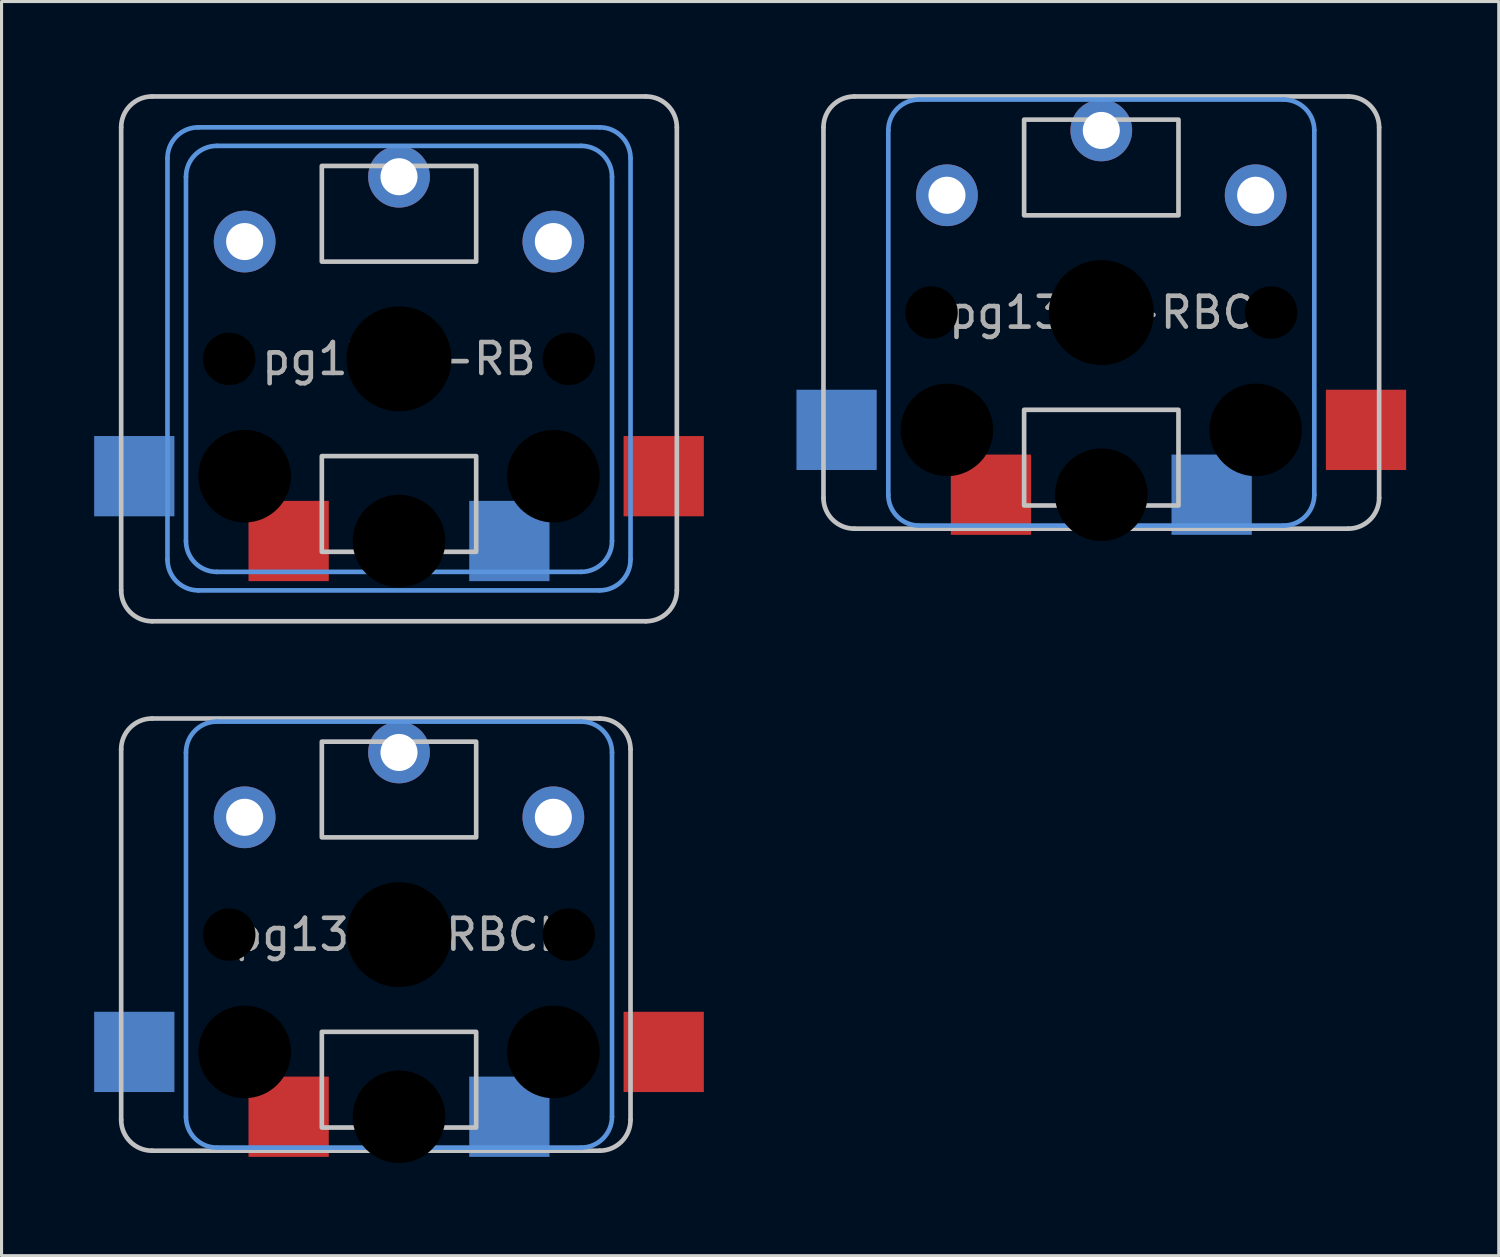
<source format=kicad_pcb>
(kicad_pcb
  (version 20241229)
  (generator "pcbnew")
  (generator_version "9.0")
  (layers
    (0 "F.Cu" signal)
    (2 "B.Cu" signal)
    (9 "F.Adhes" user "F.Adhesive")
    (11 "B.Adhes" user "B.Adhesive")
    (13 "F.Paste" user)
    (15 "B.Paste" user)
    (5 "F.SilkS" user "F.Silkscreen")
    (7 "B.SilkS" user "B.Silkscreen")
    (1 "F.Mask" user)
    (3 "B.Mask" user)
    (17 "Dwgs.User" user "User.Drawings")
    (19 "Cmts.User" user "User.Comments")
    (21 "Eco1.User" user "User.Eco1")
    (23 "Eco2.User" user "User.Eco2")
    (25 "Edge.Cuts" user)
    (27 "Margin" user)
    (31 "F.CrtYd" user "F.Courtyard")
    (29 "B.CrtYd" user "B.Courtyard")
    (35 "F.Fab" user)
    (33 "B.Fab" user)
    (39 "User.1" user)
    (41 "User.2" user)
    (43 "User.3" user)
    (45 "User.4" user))
  (footprint "pg1350-RBCL"
    (layer "F.Cu")
    (at 9.875 27.225)
    (property "Reference" "pg1350-RBCL" (at 0 0 0) (layer "F.Fab") (effects (font (size 1 1) (thickness 0.15))))
    (attr through_hole)
    (fp_line (start -9 6) (end -9 -6) (stroke (width 0.15) (type solid)) (layer "Dwgs.User"))
    (fp_line (start -8 -7) (end 6.5 -7) (stroke (width 0.15) (type solid)) (layer "Dwgs.User"))
    (fp_line (start 6.5 7) (end -8 7) (stroke (width 0.15) (type solid)) (layer "Dwgs.User"))
    (fp_line (start 7.5 -6) (end 7.5 6) (stroke (width 0.15) (type solid)) (layer "Dwgs.User"))
    (fp_rect (start 2.5 -6.25) (end -2.5 -3.15) (stroke (width 0.15) (type solid)) (fill no) (layer "Dwgs.User"))
    (fp_rect (start 2.5 6.25) (end -2.5 3.15) (stroke (width 0.15) (type solid)) (fill no) (layer "Dwgs.User"))
    (fp_arc (start -9 -6) (mid -8.707107 -6.707107) (end -8 -7) (stroke (width 0.15) (type solid)) (layer "Dwgs.User"))
    (fp_arc (start -8 7) (mid -8.707107 6.707107) (end -9 6) (stroke (width 0.15) (type solid)) (layer "Dwgs.User"))
    (fp_arc (start 6.5 -7) (mid 7.207107 -6.707107) (end 7.5 -6) (stroke (width 0.15) (type solid)) (layer "Dwgs.User"))
    (fp_arc (start 7.5 6) (mid 7.207107 6.707107) (end 6.5 7) (stroke (width 0.15) (type solid)) (layer "Dwgs.User"))
    (fp_line (start -6.9 5.9) (end -6.9 -5.9) (stroke (width 0.15) (type solid)) (layer "Cmts.User"))
    (fp_line (start -5.9 -6.9) (end 5.9 -6.9) (stroke (width 0.15) (type solid)) (layer "Cmts.User"))
    (fp_line (start 5.9 6.9) (end -5.9 6.9) (stroke (width 0.15) (type solid)) (layer "Cmts.User"))
    (fp_line (start 6.9 -5.9) (end 6.9 5.9) (stroke (width 0.15) (type solid)) (layer "Cmts.User"))
    (fp_arc (start -6.9 -5.9) (mid -6.607107 -6.607107) (end -5.9 -6.9) (stroke (width 0.15) (type solid)) (layer "Cmts.User"))
    (fp_arc (start -5.9 6.9) (mid -6.607107 6.607107) (end -6.9 5.9) (stroke (width 0.15) (type solid)) (layer "Cmts.User"))
    (fp_arc (start 5.9 -6.9) (mid 6.607107 -6.607107) (end 6.9 -5.9) (stroke (width 0.15) (type solid)) (layer "Cmts.User"))
    (fp_arc (start 6.9 5.9) (mid 6.607107 6.607107) (end 5.9 6.9) (stroke (width 0.15) (type solid)) (layer "Cmts.User"))
    (pad "" np_thru_hole circle (at -5.5 0) (size 1.7 1.7) (drill 1.7) (layers "*.Mask"))
    (pad "" np_thru_hole circle (at -5 3.8 180) (size 3 3) (drill 3) (layers "*.Mask"))
    (pad "" np_thru_hole circle (at 0 0) (size 3.4 3.4) (drill 3.4) (layers "*.Mask"))
    (pad "" np_thru_hole circle (at 0 5.9 180) (size 3 3) (drill 3) (layers "*.Mask"))
    (pad "" np_thru_hole circle (at 5 3.8 180) (size 3 3) (drill 3) (layers "*.Mask"))
    (pad "" np_thru_hole circle (at 5.5 0) (size 1.7 1.7) (drill 1.7) (layers "*.Mask"))
    (pad "1" smd rect (at -3.575 5.9 180) (size 2.6 2.6) (layers "F.Cu" "F.Mask"))
    (pad "1" thru_hole circle (at 0 -5.9) (size 2 2) (drill 1.2) (layers "*.Cu" "*.Mask"))
    (pad "1" smd rect (at 3.575 5.9 180) (size 2.6 2.6) (layers "B.Cu" "B.Mask"))
    (pad "2" smd rect (at -8.575 3.8 180) (size 2.6 2.6) (layers "B.Cu" "B.Mask"))
    (pad "2" thru_hole circle (at -5 -3.8) (size 2 2) (drill 1.2) (layers "*.Cu" "F.Mask"))
    (pad "2" thru_hole circle (at 5 -3.8) (size 2 2) (drill 1.2) (layers "*.Cu" "B.Mask"))
    (pad "2" smd rect (at 8.575 3.8 180) (size 2.6 2.6) (layers "F.Cu" "F.Mask")))
  (footprint "pg1350-RBC"
    (layer "F.Cu")
    (at 32.625 7.075)
    (property "Reference" "pg1350-RBC" (at 0 0 0) (layer "F.Fab") (effects (font (size 1 1) (thickness 0.15))))
    (attr through_hole)
    (fp_line (start -9 6) (end -9 -6) (stroke (width 0.15) (type solid)) (layer "Dwgs.User"))
    (fp_line (start -8 -7) (end 8 -7) (stroke (width 0.15) (type solid)) (layer "Dwgs.User"))
    (fp_line (start 8 7) (end -8 7) (stroke (width 0.15) (type solid)) (layer "Dwgs.User"))
    (fp_line (start 9 -6) (end 9 6) (stroke (width 0.15) (type solid)) (layer "Dwgs.User"))
    (fp_rect (start 2.5 -6.25) (end -2.5 -3.15) (stroke (width 0.15) (type solid)) (fill no) (layer "Dwgs.User"))
    (fp_rect (start 2.5 6.25) (end -2.5 3.15) (stroke (width 0.15) (type solid)) (fill no) (layer "Dwgs.User"))
    (fp_arc (start -9 -6) (mid -8.707107 -6.707107) (end -8 -7) (stroke (width 0.15) (type solid)) (layer "Dwgs.User"))
    (fp_arc (start -8 7) (mid -8.707107 6.707107) (end -9 6) (stroke (width 0.15) (type solid)) (layer "Dwgs.User"))
    (fp_arc (start 8 -7) (mid 8.707107 -6.707107) (end 9 -6) (stroke (width 0.15) (type solid)) (layer "Dwgs.User"))
    (fp_arc (start 9 6) (mid 8.707107 6.707107) (end 8 7) (stroke (width 0.15) (type solid)) (layer "Dwgs.User"))
    (fp_line (start -6.9 5.9) (end -6.9 -5.9) (stroke (width 0.15) (type solid)) (layer "Cmts.User"))
    (fp_line (start -5.9 -6.9) (end 5.9 -6.9) (stroke (width 0.15) (type solid)) (layer "Cmts.User"))
    (fp_line (start 5.9 6.9) (end -5.9 6.9) (stroke (width 0.15) (type solid)) (layer "Cmts.User"))
    (fp_line (start 6.9 -5.9) (end 6.9 5.9) (stroke (width 0.15) (type solid)) (layer "Cmts.User"))
    (fp_arc (start -6.9 -5.9) (mid -6.607107 -6.607107) (end -5.9 -6.9) (stroke (width 0.15) (type solid)) (layer "Cmts.User"))
    (fp_arc (start -5.9 6.9) (mid -6.607107 6.607107) (end -6.9 5.9) (stroke (width 0.15) (type solid)) (layer "Cmts.User"))
    (fp_arc (start 5.9 -6.9) (mid 6.607107 -6.607107) (end 6.9 -5.9) (stroke (width 0.15) (type solid)) (layer "Cmts.User"))
    (fp_arc (start 6.9 5.9) (mid 6.607107 6.607107) (end 5.9 6.9) (stroke (width 0.15) (type solid)) (layer "Cmts.User"))
    (pad "" np_thru_hole circle (at -5.5 0) (size 1.7 1.7) (drill 1.7) (layers "*.Mask"))
    (pad "" np_thru_hole circle (at -5 3.8 180) (size 3 3) (drill 3) (layers "*.Mask"))
    (pad "" np_thru_hole circle (at 0 0) (size 3.4 3.4) (drill 3.4) (layers "*.Mask"))
    (pad "" np_thru_hole circle (at 0 5.9 180) (size 3 3) (drill 3) (layers "*.Mask"))
    (pad "" np_thru_hole circle (at 5 3.8 180) (size 3 3) (drill 3) (layers "*.Mask"))
    (pad "" np_thru_hole circle (at 5.5 0) (size 1.7 1.7) (drill 1.7) (layers "*.Mask"))
    (pad "1" smd rect (at -3.575 5.9 180) (size 2.6 2.6) (layers "F.Cu" "F.Mask"))
    (pad "1" thru_hole circle (at 0 -5.9) (size 2 2) (drill 1.2) (layers "*.Cu" "*.Mask"))
    (pad "1" smd rect (at 3.575 5.9 180) (size 2.6 2.6) (layers "B.Cu" "B.Mask"))
    (pad "2" smd rect (at -8.575 3.8 180) (size 2.6 2.6) (layers "B.Cu" "B.Mask"))
    (pad "2" thru_hole circle (at -5 -3.8) (size 2 2) (drill 1.2) (layers "*.Cu" "F.Mask"))
    (pad "2" thru_hole circle (at 5 -3.8) (size 2 2) (drill 1.2) (layers "*.Cu" "B.Mask"))
    (pad "2" smd rect (at 8.575 3.8 180) (size 2.6 2.6) (layers "F.Cu" "F.Mask")))
  (footprint "pg1350-RB"
    (layer "F.Cu")
    (at 9.875 8.575)
    (property "Reference" "pg1350-RB" (at 0 0 0) (layer "F.Fab") (effects (font (size 1 1) (thickness 0.15))))
    (attr through_hole)
    (fp_line (start -9 7.5) (end -9 -7.5) (stroke (width 0.15) (type solid)) (layer "Dwgs.User"))
    (fp_line (start -8 -8.5) (end 8 -8.5) (stroke (width 0.15) (type solid)) (layer "Dwgs.User"))
    (fp_line (start 8 8.5) (end -8 8.5) (stroke (width 0.15) (type solid)) (layer "Dwgs.User"))
    (fp_line (start 9 -7.5) (end 9 7.5) (stroke (width 0.15) (type solid)) (layer "Dwgs.User"))
    (fp_rect (start 2.5 -6.25) (end -2.5 -3.15) (stroke (width 0.15) (type solid)) (fill no) (layer "Dwgs.User"))
    (fp_rect (start 2.5 6.25) (end -2.5 3.15) (stroke (width 0.15) (type solid)) (fill no) (layer "Dwgs.User"))
    (fp_arc (start -9 -7.5) (mid -8.707107 -8.207107) (end -8 -8.5) (stroke (width 0.15) (type solid)) (layer "Dwgs.User"))
    (fp_arc (start -8 8.5) (mid -8.707107 8.207107) (end -9 7.5) (stroke (width 0.15) (type solid)) (layer "Dwgs.User"))
    (fp_arc (start 8 -8.5) (mid 8.707107 -8.207107) (end 9 -7.5) (stroke (width 0.15) (type solid)) (layer "Dwgs.User"))
    (fp_arc (start 9 7.5) (mid 8.707107 8.207107) (end 8 8.5) (stroke (width 0.15) (type solid)) (layer "Dwgs.User"))
    (fp_line (start -7.5 6.5) (end -7.5 -6.5) (stroke (width 0.15) (type solid)) (layer "Cmts.User"))
    (fp_line (start -6.9 5.9) (end -6.9 -5.9) (stroke (width 0.15) (type solid)) (layer "Cmts.User"))
    (fp_line (start -6.5 -7.5) (end 6.5 -7.5) (stroke (width 0.15) (type solid)) (layer "Cmts.User"))
    (fp_line (start -5.9 -6.9) (end 5.9 -6.9) (stroke (width 0.15) (type solid)) (layer "Cmts.User"))
    (fp_line (start 5.9 6.9) (end -5.9 6.9) (stroke (width 0.15) (type solid)) (layer "Cmts.User"))
    (fp_line (start 6.5 7.5) (end -6.5 7.5) (stroke (width 0.15) (type solid)) (layer "Cmts.User"))
    (fp_line (start 6.9 -5.9) (end 6.9 5.9) (stroke (width 0.15) (type solid)) (layer "Cmts.User"))
    (fp_line (start 7.5 -6.5) (end 7.5 6.5) (stroke (width 0.15) (type solid)) (layer "Cmts.User"))
    (fp_arc (start -7.5 -6.5) (mid -7.207107 -7.207107) (end -6.5 -7.5) (stroke (width 0.15) (type solid)) (layer "Cmts.User"))
    (fp_arc (start -6.9 -5.9) (mid -6.607107 -6.607107) (end -5.9 -6.9) (stroke (width 0.15) (type solid)) (layer "Cmts.User"))
    (fp_arc (start -6.5 7.5) (mid -7.207107 7.207107) (end -7.5 6.5) (stroke (width 0.15) (type solid)) (layer "Cmts.User"))
    (fp_arc (start -5.9 6.9) (mid -6.607107 6.607107) (end -6.9 5.9) (stroke (width 0.15) (type solid)) (layer "Cmts.User"))
    (fp_arc (start 5.9 -6.9) (mid 6.607107 -6.607107) (end 6.9 -5.9) (stroke (width 0.15) (type solid)) (layer "Cmts.User"))
    (fp_arc (start 6.5 -7.5) (mid 7.207107 -7.207107) (end 7.5 -6.5) (stroke (width 0.15) (type solid)) (layer "Cmts.User"))
    (fp_arc (start 6.9 5.9) (mid 6.607107 6.607107) (end 5.9 6.9) (stroke (width 0.15) (type solid)) (layer "Cmts.User"))
    (fp_arc (start 7.5 6.5) (mid 7.207107 7.207107) (end 6.5 7.5) (stroke (width 0.15) (type solid)) (layer "Cmts.User"))
    (pad "" np_thru_hole circle (at -5.5 0) (size 1.7 1.7) (drill 1.7) (layers "*.Mask"))
    (pad "" np_thru_hole circle (at -5 3.8 180) (size 3 3) (drill 3) (layers "*.Mask"))
    (pad "" np_thru_hole circle (at 0 0) (size 3.4 3.4) (drill 3.4) (layers "*.Mask"))
    (pad "" np_thru_hole circle (at 0 5.9 180) (size 3 3) (drill 3) (layers "*.Mask"))
    (pad "" np_thru_hole circle (at 5 3.8 180) (size 3 3) (drill 3) (layers "*.Mask"))
    (pad "" np_thru_hole circle (at 5.5 0) (size 1.7 1.7) (drill 1.7) (layers "*.Mask"))
    (pad "1" smd rect (at -3.575 5.9 180) (size 2.6 2.6) (layers "F.Cu" "F.Mask"))
    (pad "1" thru_hole circle (at 0 -5.9) (size 2 2) (drill 1.2) (layers "*.Cu" "*.Mask"))
    (pad "1" smd rect (at 3.575 5.9 180) (size 2.6 2.6) (layers "B.Cu" "B.Mask"))
    (pad "2" smd rect (at -8.575 3.8 180) (size 2.6 2.6) (layers "B.Cu" "B.Mask"))
    (pad "2" thru_hole circle (at -5 -3.8) (size 2 2) (drill 1.2) (layers "*.Cu" "F.Mask"))
    (pad "2" thru_hole circle (at 5 -3.8) (size 2 2) (drill 1.2) (layers "*.Cu" "B.Mask"))
    (pad "2" smd rect (at 8.575 3.8 180) (size 2.6 2.6) (layers "F.Cu" "F.Mask")))
  (gr_rect
    (start -3 -3)
    (end 45.5 37.625)
    (stroke (width 0.1) (type default))
    (fill no)
    (layer "Edge.Cuts")))
</source>
